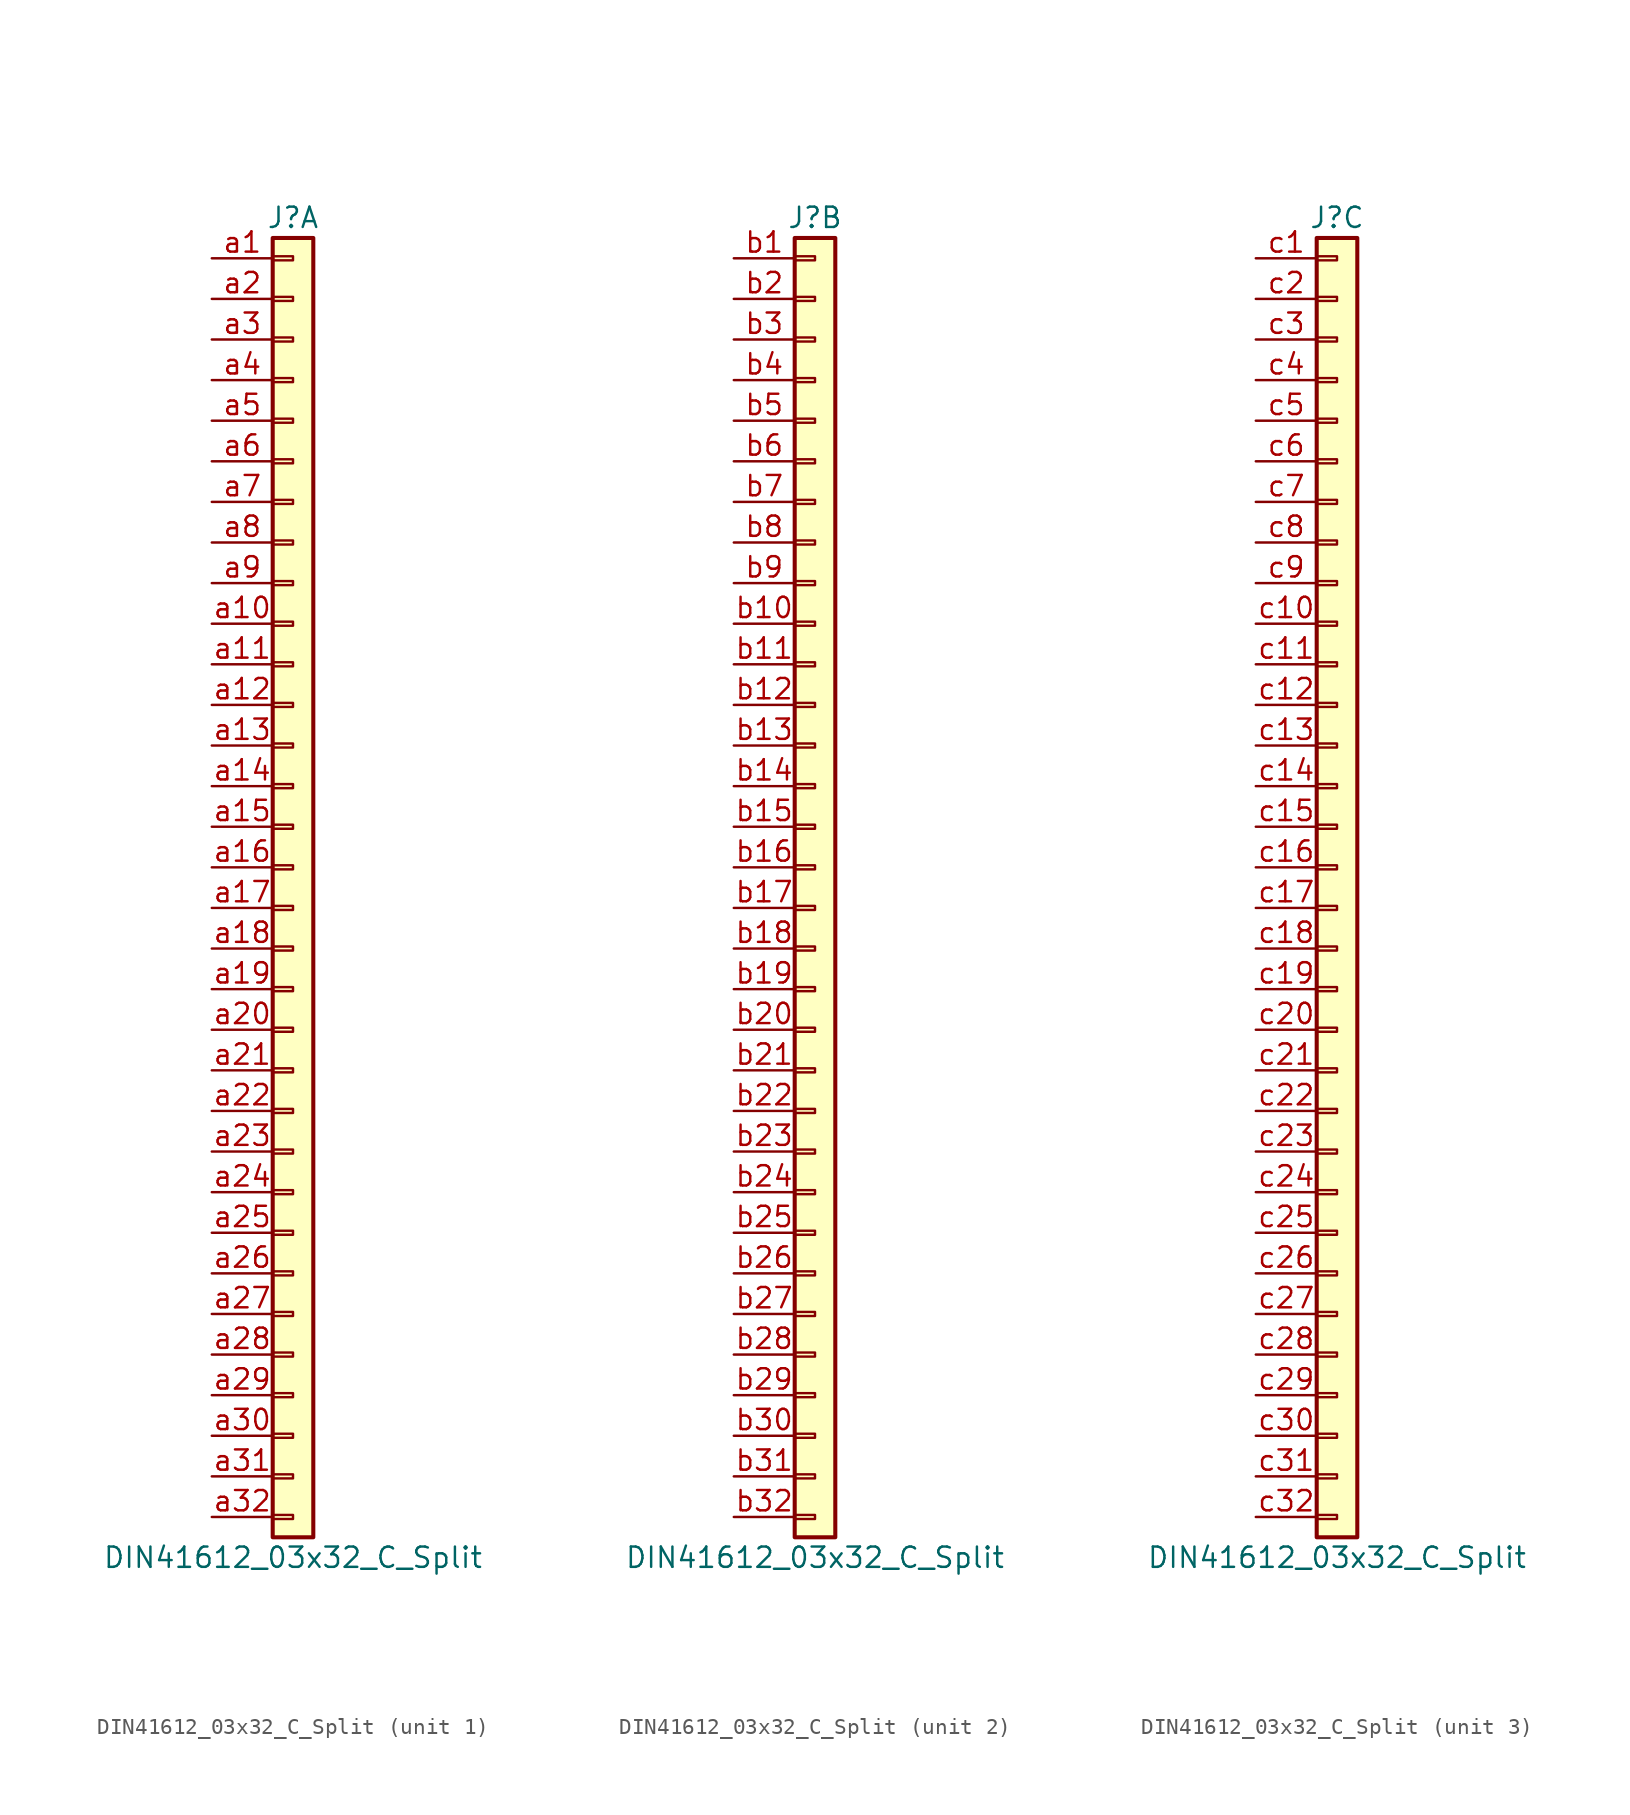
<source format=kicad_sym>
(kicad_symbol_lib
  (version 20241209)
  (generator "kicad_symbol_editor")
  (generator_version "9.0")
  (symbol "DIN41612_03x32_C_Split"
    (pin_names
      (offset 1.016)
      (hide yes))
    (property "Reference" "J"
      (at 0 40.64 0)
      (effects (font (size 1.27 1.27))))
    (property "Value" "DIN41612_03x32_C_Split"
      (at 0 -43.18 0)
      (effects (font (size 1.27 1.27))))
    (symbol "DIN41612_03x32_C_Split_1_1"
      (rectangle (start -1.27 39.37) (end 1.27 -41.91) (stroke (width 0.254) (type default)) (fill (type background)))
      (rectangle (start -1.27 38.227) (end 0 37.973) (stroke (width 0.152) (type default)) (fill (type none)))
      (rectangle (start -1.27 35.687) (end 0 35.433) (stroke (width 0.152) (type default)) (fill (type none)))
      (rectangle (start -1.27 33.147) (end 0 32.893) (stroke (width 0.152) (type default)) (fill (type none)))
      (rectangle (start -1.27 30.607) (end 0 30.353) (stroke (width 0.152) (type default)) (fill (type none)))
      (rectangle (start -1.27 28.067) (end 0 27.813) (stroke (width 0.152) (type default)) (fill (type none)))
      (rectangle (start -1.27 25.527) (end 0 25.273) (stroke (width 0.152) (type default)) (fill (type none)))
      (rectangle (start -1.27 22.987) (end 0 22.733) (stroke (width 0.152) (type default)) (fill (type none)))
      (rectangle (start -1.27 20.447) (end 0 20.193) (stroke (width 0.152) (type default)) (fill (type none)))
      (rectangle (start -1.27 17.907) (end 0 17.653) (stroke (width 0.152) (type default)) (fill (type none)))
      (rectangle (start -1.27 15.367) (end 0 15.113) (stroke (width 0.152) (type default)) (fill (type none)))
      (rectangle (start -1.27 12.827) (end 0 12.573) (stroke (width 0.152) (type default)) (fill (type none)))
      (rectangle (start -1.27 10.287) (end 0 10.033) (stroke (width 0.152) (type default)) (fill (type none)))
      (rectangle (start -1.27 7.747) (end 0 7.493) (stroke (width 0.152) (type default)) (fill (type none)))
      (rectangle (start -1.27 5.207) (end 0 4.953) (stroke (width 0.152) (type default)) (fill (type none)))
      (rectangle (start -1.27 2.667) (end 0 2.413) (stroke (width 0.152) (type default)) (fill (type none)))
      (rectangle (start -1.27 0.127) (end 0 -0.127) (stroke (width 0.152) (type default)) (fill (type none)))
      (rectangle (start -1.27 -2.413) (end 0 -2.667) (stroke (width 0.152) (type default)) (fill (type none)))
      (rectangle (start -1.27 -4.953) (end 0 -5.207) (stroke (width 0.152) (type default)) (fill (type none)))
      (rectangle (start -1.27 -7.493) (end 0 -7.747) (stroke (width 0.152) (type default)) (fill (type none)))
      (rectangle (start -1.27 -10.033) (end 0 -10.287) (stroke (width 0.152) (type default)) (fill (type none)))
      (rectangle (start -1.27 -12.573) (end 0 -12.827) (stroke (width 0.152) (type default)) (fill (type none)))
      (rectangle (start -1.27 -15.113) (end 0 -15.367) (stroke (width 0.152) (type default)) (fill (type none)))
      (rectangle (start -1.27 -17.653) (end 0 -17.907) (stroke (width 0.152) (type default)) (fill (type none)))
      (rectangle (start -1.27 -20.193) (end 0 -20.447) (stroke (width 0.152) (type default)) (fill (type none)))
      (rectangle (start -1.27 -22.733) (end 0 -22.987) (stroke (width 0.152) (type default)) (fill (type none)))
      (rectangle (start -1.27 -25.273) (end 0 -25.527) (stroke (width 0.152) (type default)) (fill (type none)))
      (rectangle (start -1.27 -27.813) (end 0 -28.067) (stroke (width 0.152) (type default)) (fill (type none)))
      (rectangle (start -1.27 -30.353) (end 0 -30.607) (stroke (width 0.152) (type default)) (fill (type none)))
      (rectangle (start -1.27 -32.893) (end 0 -33.147) (stroke (width 0.152) (type default)) (fill (type none)))
      (rectangle (start -1.27 -35.433) (end 0 -35.687) (stroke (width 0.152) (type default)) (fill (type none)))
      (rectangle (start -1.27 -37.973) (end 0 -38.227) (stroke (width 0.152) (type default)) (fill (type none)))
      (rectangle (start -1.27 -40.513) (end 0 -40.767) (stroke (width 0.152) (type default)) (fill (type none)))
      (pin passive line (at -5.08 38.1 0) (length 3.81) (name "Pin_a1" (effects (font (size 1.27 1.27)))) (number "a1" (effects (font (size 1.27 1.27)))))
      (pin passive line (at -5.08 35.56 0) (length 3.81) (name "Pin_a2" (effects (font (size 1.27 1.27)))) (number "a2" (effects (font (size 1.27 1.27)))))
      (pin passive line (at -5.08 33.02 0) (length 3.81) (name "Pin_a3" (effects (font (size 1.27 1.27)))) (number "a3" (effects (font (size 1.27 1.27)))))
      (pin passive line (at -5.08 30.48 0) (length 3.81) (name "Pin_a4" (effects (font (size 1.27 1.27)))) (number "a4" (effects (font (size 1.27 1.27)))))
      (pin passive line (at -5.08 27.94 0) (length 3.81) (name "Pin_a5" (effects (font (size 1.27 1.27)))) (number "a5" (effects (font (size 1.27 1.27)))))
      (pin passive line (at -5.08 25.4 0) (length 3.81) (name "Pin_a6" (effects (font (size 1.27 1.27)))) (number "a6" (effects (font (size 1.27 1.27)))))
      (pin passive line (at -5.08 22.86 0) (length 3.81) (name "Pin_a7" (effects (font (size 1.27 1.27)))) (number "a7" (effects (font (size 1.27 1.27)))))
      (pin passive line (at -5.08 20.32 0) (length 3.81) (name "Pin_a8" (effects (font (size 1.27 1.27)))) (number "a8" (effects (font (size 1.27 1.27)))))
      (pin passive line (at -5.08 17.78 0) (length 3.81) (name "Pin_a9" (effects (font (size 1.27 1.27)))) (number "a9" (effects (font (size 1.27 1.27)))))
      (pin passive line (at -5.08 15.24 0) (length 3.81) (name "Pin_a10" (effects (font (size 1.27 1.27)))) (number "a10" (effects (font (size 1.27 1.27)))))
      (pin passive line (at -5.08 12.7 0) (length 3.81) (name "Pin_a11" (effects (font (size 1.27 1.27)))) (number "a11" (effects (font (size 1.27 1.27)))))
      (pin passive line (at -5.08 10.16 0) (length 3.81) (name "Pin_a12" (effects (font (size 1.27 1.27)))) (number "a12" (effects (font (size 1.27 1.27)))))
      (pin passive line (at -5.08 7.62 0) (length 3.81) (name "Pin_a13" (effects (font (size 1.27 1.27)))) (number "a13" (effects (font (size 1.27 1.27)))))
      (pin passive line (at -5.08 5.08 0) (length 3.81) (name "Pin_a14" (effects (font (size 1.27 1.27)))) (number "a14" (effects (font (size 1.27 1.27)))))
      (pin passive line (at -5.08 2.54 0) (length 3.81) (name "Pin_a15" (effects (font (size 1.27 1.27)))) (number "a15" (effects (font (size 1.27 1.27)))))
      (pin passive line (at -5.08 0 0) (length 3.81) (name "Pin_a16" (effects (font (size 1.27 1.27)))) (number "a16" (effects (font (size 1.27 1.27)))))
      (pin passive line (at -5.08 -2.54 0) (length 3.81) (name "Pin_a17" (effects (font (size 1.27 1.27)))) (number "a17" (effects (font (size 1.27 1.27)))))
      (pin passive line (at -5.08 -5.08 0) (length 3.81) (name "Pin_a18" (effects (font (size 1.27 1.27)))) (number "a18" (effects (font (size 1.27 1.27)))))
      (pin passive line (at -5.08 -7.62 0) (length 3.81) (name "Pin_a19" (effects (font (size 1.27 1.27)))) (number "a19" (effects (font (size 1.27 1.27)))))
      (pin passive line (at -5.08 -10.16 0) (length 3.81) (name "Pin_a20" (effects (font (size 1.27 1.27)))) (number "a20" (effects (font (size 1.27 1.27)))))
      (pin passive line (at -5.08 -12.7 0) (length 3.81) (name "Pin_a21" (effects (font (size 1.27 1.27)))) (number "a21" (effects (font (size 1.27 1.27)))))
      (pin passive line (at -5.08 -15.24 0) (length 3.81) (name "Pin_a22" (effects (font (size 1.27 1.27)))) (number "a22" (effects (font (size 1.27 1.27)))))
      (pin passive line (at -5.08 -17.78 0) (length 3.81) (name "Pin_a23" (effects (font (size 1.27 1.27)))) (number "a23" (effects (font (size 1.27 1.27)))))
      (pin passive line (at -5.08 -20.32 0) (length 3.81) (name "Pin_a24" (effects (font (size 1.27 1.27)))) (number "a24" (effects (font (size 1.27 1.27)))))
      (pin passive line (at -5.08 -22.86 0) (length 3.81) (name "Pin_a25" (effects (font (size 1.27 1.27)))) (number "a25" (effects (font (size 1.27 1.27)))))
      (pin passive line (at -5.08 -25.4 0) (length 3.81) (name "Pin_a26" (effects (font (size 1.27 1.27)))) (number "a26" (effects (font (size 1.27 1.27)))))
      (pin passive line (at -5.08 -27.94 0) (length 3.81) (name "Pin_a27" (effects (font (size 1.27 1.27)))) (number "a27" (effects (font (size 1.27 1.27)))))
      (pin passive line (at -5.08 -30.48 0) (length 3.81) (name "Pin_a28" (effects (font (size 1.27 1.27)))) (number "a28" (effects (font (size 1.27 1.27)))))
      (pin passive line (at -5.08 -33.02 0) (length 3.81) (name "Pin_a29" (effects (font (size 1.27 1.27)))) (number "a29" (effects (font (size 1.27 1.27)))))
      (pin passive line (at -5.08 -35.56 0) (length 3.81) (name "Pin_a30" (effects (font (size 1.27 1.27)))) (number "a30" (effects (font (size 1.27 1.27)))))
      (pin passive line (at -5.08 -38.1 0) (length 3.81) (name "Pin_a31" (effects (font (size 1.27 1.27)))) (number "a31" (effects (font (size 1.27 1.27)))))
      (pin passive line (at -5.08 -40.64 0) (length 3.81) (name "Pin_a32" (effects (font (size 1.27 1.27)))) (number "a32" (effects (font (size 1.27 1.27))))))
    (symbol "DIN41612_03x32_C_Split_2_1"
      (rectangle (start -1.27 39.37) (end 1.27 -41.91) (stroke (width 0.254) (type default)) (fill (type background)))
      (rectangle (start -1.27 38.227) (end 0 37.973) (stroke (width 0.152) (type default)) (fill (type none)))
      (rectangle (start -1.27 35.687) (end 0 35.433) (stroke (width 0.152) (type default)) (fill (type none)))
      (rectangle (start -1.27 33.147) (end 0 32.893) (stroke (width 0.152) (type default)) (fill (type none)))
      (rectangle (start -1.27 30.607) (end 0 30.353) (stroke (width 0.152) (type default)) (fill (type none)))
      (rectangle (start -1.27 28.067) (end 0 27.813) (stroke (width 0.152) (type default)) (fill (type none)))
      (rectangle (start -1.27 25.527) (end 0 25.273) (stroke (width 0.152) (type default)) (fill (type none)))
      (rectangle (start -1.27 22.987) (end 0 22.733) (stroke (width 0.152) (type default)) (fill (type none)))
      (rectangle (start -1.27 20.447) (end 0 20.193) (stroke (width 0.152) (type default)) (fill (type none)))
      (rectangle (start -1.27 17.907) (end 0 17.653) (stroke (width 0.152) (type default)) (fill (type none)))
      (rectangle (start -1.27 15.367) (end 0 15.113) (stroke (width 0.152) (type default)) (fill (type none)))
      (rectangle (start -1.27 12.827) (end 0 12.573) (stroke (width 0.152) (type default)) (fill (type none)))
      (rectangle (start -1.27 10.287) (end 0 10.033) (stroke (width 0.152) (type default)) (fill (type none)))
      (rectangle (start -1.27 7.747) (end 0 7.493) (stroke (width 0.152) (type default)) (fill (type none)))
      (rectangle (start -1.27 5.207) (end 0 4.953) (stroke (width 0.152) (type default)) (fill (type none)))
      (rectangle (start -1.27 2.667) (end 0 2.413) (stroke (width 0.152) (type default)) (fill (type none)))
      (rectangle (start -1.27 0.127) (end 0 -0.127) (stroke (width 0.152) (type default)) (fill (type none)))
      (rectangle (start -1.27 -2.413) (end 0 -2.667) (stroke (width 0.152) (type default)) (fill (type none)))
      (rectangle (start -1.27 -4.953) (end 0 -5.207) (stroke (width 0.152) (type default)) (fill (type none)))
      (rectangle (start -1.27 -7.493) (end 0 -7.747) (stroke (width 0.152) (type default)) (fill (type none)))
      (rectangle (start -1.27 -10.033) (end 0 -10.287) (stroke (width 0.152) (type default)) (fill (type none)))
      (rectangle (start -1.27 -12.573) (end 0 -12.827) (stroke (width 0.152) (type default)) (fill (type none)))
      (rectangle (start -1.27 -15.113) (end 0 -15.367) (stroke (width 0.152) (type default)) (fill (type none)))
      (rectangle (start -1.27 -17.653) (end 0 -17.907) (stroke (width 0.152) (type default)) (fill (type none)))
      (rectangle (start -1.27 -20.193) (end 0 -20.447) (stroke (width 0.152) (type default)) (fill (type none)))
      (rectangle (start -1.27 -22.733) (end 0 -22.987) (stroke (width 0.152) (type default)) (fill (type none)))
      (rectangle (start -1.27 -25.273) (end 0 -25.527) (stroke (width 0.152) (type default)) (fill (type none)))
      (rectangle (start -1.27 -27.813) (end 0 -28.067) (stroke (width 0.152) (type default)) (fill (type none)))
      (rectangle (start -1.27 -30.353) (end 0 -30.607) (stroke (width 0.152) (type default)) (fill (type none)))
      (rectangle (start -1.27 -32.893) (end 0 -33.147) (stroke (width 0.152) (type default)) (fill (type none)))
      (rectangle (start -1.27 -35.433) (end 0 -35.687) (stroke (width 0.152) (type default)) (fill (type none)))
      (rectangle (start -1.27 -37.973) (end 0 -38.227) (stroke (width 0.152) (type default)) (fill (type none)))
      (rectangle (start -1.27 -40.513) (end 0 -40.767) (stroke (width 0.152) (type default)) (fill (type none)))
      (pin passive line (at -5.08 38.1 0) (length 3.81) (name "Pin_b1" (effects (font (size 1.27 1.27)))) (number "b1" (effects (font (size 1.27 1.27)))))
      (pin passive line (at -5.08 35.56 0) (length 3.81) (name "Pin_b2" (effects (font (size 1.27 1.27)))) (number "b2" (effects (font (size 1.27 1.27)))))
      (pin passive line (at -5.08 33.02 0) (length 3.81) (name "Pin_b3" (effects (font (size 1.27 1.27)))) (number "b3" (effects (font (size 1.27 1.27)))))
      (pin passive line (at -5.08 30.48 0) (length 3.81) (name "Pin_b4" (effects (font (size 1.27 1.27)))) (number "b4" (effects (font (size 1.27 1.27)))))
      (pin passive line (at -5.08 27.94 0) (length 3.81) (name "Pin_b5" (effects (font (size 1.27 1.27)))) (number "b5" (effects (font (size 1.27 1.27)))))
      (pin passive line (at -5.08 25.4 0) (length 3.81) (name "Pin_b6" (effects (font (size 1.27 1.27)))) (number "b6" (effects (font (size 1.27 1.27)))))
      (pin passive line (at -5.08 22.86 0) (length 3.81) (name "Pin_b7" (effects (font (size 1.27 1.27)))) (number "b7" (effects (font (size 1.27 1.27)))))
      (pin passive line (at -5.08 20.32 0) (length 3.81) (name "Pin_b8" (effects (font (size 1.27 1.27)))) (number "b8" (effects (font (size 1.27 1.27)))))
      (pin passive line (at -5.08 17.78 0) (length 3.81) (name "Pin_b9" (effects (font (size 1.27 1.27)))) (number "b9" (effects (font (size 1.27 1.27)))))
      (pin passive line (at -5.08 15.24 0) (length 3.81) (name "Pin_b10" (effects (font (size 1.27 1.27)))) (number "b10" (effects (font (size 1.27 1.27)))))
      (pin passive line (at -5.08 12.7 0) (length 3.81) (name "Pin_b11" (effects (font (size 1.27 1.27)))) (number "b11" (effects (font (size 1.27 1.27)))))
      (pin passive line (at -5.08 10.16 0) (length 3.81) (name "Pin_b12" (effects (font (size 1.27 1.27)))) (number "b12" (effects (font (size 1.27 1.27)))))
      (pin passive line (at -5.08 7.62 0) (length 3.81) (name "Pin_b13" (effects (font (size 1.27 1.27)))) (number "b13" (effects (font (size 1.27 1.27)))))
      (pin passive line (at -5.08 5.08 0) (length 3.81) (name "Pin_b14" (effects (font (size 1.27 1.27)))) (number "b14" (effects (font (size 1.27 1.27)))))
      (pin passive line (at -5.08 2.54 0) (length 3.81) (name "Pin_b15" (effects (font (size 1.27 1.27)))) (number "b15" (effects (font (size 1.27 1.27)))))
      (pin passive line (at -5.08 0 0) (length 3.81) (name "Pin_b16" (effects (font (size 1.27 1.27)))) (number "b16" (effects (font (size 1.27 1.27)))))
      (pin passive line (at -5.08 -2.54 0) (length 3.81) (name "Pin_b17" (effects (font (size 1.27 1.27)))) (number "b17" (effects (font (size 1.27 1.27)))))
      (pin passive line (at -5.08 -5.08 0) (length 3.81) (name "Pin_b18" (effects (font (size 1.27 1.27)))) (number "b18" (effects (font (size 1.27 1.27)))))
      (pin passive line (at -5.08 -7.62 0) (length 3.81) (name "Pin_b19" (effects (font (size 1.27 1.27)))) (number "b19" (effects (font (size 1.27 1.27)))))
      (pin passive line (at -5.08 -10.16 0) (length 3.81) (name "Pin_b20" (effects (font (size 1.27 1.27)))) (number "b20" (effects (font (size 1.27 1.27)))))
      (pin passive line (at -5.08 -12.7 0) (length 3.81) (name "Pin_b21" (effects (font (size 1.27 1.27)))) (number "b21" (effects (font (size 1.27 1.27)))))
      (pin passive line (at -5.08 -15.24 0) (length 3.81) (name "Pin_b22" (effects (font (size 1.27 1.27)))) (number "b22" (effects (font (size 1.27 1.27)))))
      (pin passive line (at -5.08 -17.78 0) (length 3.81) (name "Pin_b23" (effects (font (size 1.27 1.27)))) (number "b23" (effects (font (size 1.27 1.27)))))
      (pin passive line (at -5.08 -20.32 0) (length 3.81) (name "Pin_b24" (effects (font (size 1.27 1.27)))) (number "b24" (effects (font (size 1.27 1.27)))))
      (pin passive line (at -5.08 -22.86 0) (length 3.81) (name "Pin_b25" (effects (font (size 1.27 1.27)))) (number "b25" (effects (font (size 1.27 1.27)))))
      (pin passive line (at -5.08 -25.4 0) (length 3.81) (name "Pin_b26" (effects (font (size 1.27 1.27)))) (number "b26" (effects (font (size 1.27 1.27)))))
      (pin passive line (at -5.08 -27.94 0) (length 3.81) (name "Pin_b27" (effects (font (size 1.27 1.27)))) (number "b27" (effects (font (size 1.27 1.27)))))
      (pin passive line (at -5.08 -30.48 0) (length 3.81) (name "Pin_b28" (effects (font (size 1.27 1.27)))) (number "b28" (effects (font (size 1.27 1.27)))))
      (pin passive line (at -5.08 -33.02 0) (length 3.81) (name "Pin_b29" (effects (font (size 1.27 1.27)))) (number "b29" (effects (font (size 1.27 1.27)))))
      (pin passive line (at -5.08 -35.56 0) (length 3.81) (name "Pin_b30" (effects (font (size 1.27 1.27)))) (number "b30" (effects (font (size 1.27 1.27)))))
      (pin passive line (at -5.08 -38.1 0) (length 3.81) (name "Pin_b31" (effects (font (size 1.27 1.27)))) (number "b31" (effects (font (size 1.27 1.27)))))
      (pin passive line (at -5.08 -40.64 0) (length 3.81) (name "Pin_b32" (effects (font (size 1.27 1.27)))) (number "b32" (effects (font (size 1.27 1.27))))))
    (symbol "DIN41612_03x32_C_Split_3_1"
      (rectangle (start -1.27 39.37) (end 1.27 -41.91) (stroke (width 0.254) (type default)) (fill (type background)))
      (rectangle (start -1.27 38.227) (end 0 37.973) (stroke (width 0.152) (type default)) (fill (type none)))
      (rectangle (start -1.27 35.687) (end 0 35.433) (stroke (width 0.152) (type default)) (fill (type none)))
      (rectangle (start -1.27 33.147) (end 0 32.893) (stroke (width 0.152) (type default)) (fill (type none)))
      (rectangle (start -1.27 30.607) (end 0 30.353) (stroke (width 0.152) (type default)) (fill (type none)))
      (rectangle (start -1.27 28.067) (end 0 27.813) (stroke (width 0.152) (type default)) (fill (type none)))
      (rectangle (start -1.27 25.527) (end 0 25.273) (stroke (width 0.152) (type default)) (fill (type none)))
      (rectangle (start -1.27 22.987) (end 0 22.733) (stroke (width 0.152) (type default)) (fill (type none)))
      (rectangle (start -1.27 20.447) (end 0 20.193) (stroke (width 0.152) (type default)) (fill (type none)))
      (rectangle (start -1.27 17.907) (end 0 17.653) (stroke (width 0.152) (type default)) (fill (type none)))
      (rectangle (start -1.27 15.367) (end 0 15.113) (stroke (width 0.152) (type default)) (fill (type none)))
      (rectangle (start -1.27 12.827) (end 0 12.573) (stroke (width 0.152) (type default)) (fill (type none)))
      (rectangle (start -1.27 10.287) (end 0 10.033) (stroke (width 0.152) (type default)) (fill (type none)))
      (rectangle (start -1.27 7.747) (end 0 7.493) (stroke (width 0.152) (type default)) (fill (type none)))
      (rectangle (start -1.27 5.207) (end 0 4.953) (stroke (width 0.152) (type default)) (fill (type none)))
      (rectangle (start -1.27 2.667) (end 0 2.413) (stroke (width 0.152) (type default)) (fill (type none)))
      (rectangle (start -1.27 0.127) (end 0 -0.127) (stroke (width 0.152) (type default)) (fill (type none)))
      (rectangle (start -1.27 -2.413) (end 0 -2.667) (stroke (width 0.152) (type default)) (fill (type none)))
      (rectangle (start -1.27 -4.953) (end 0 -5.207) (stroke (width 0.152) (type default)) (fill (type none)))
      (rectangle (start -1.27 -7.493) (end 0 -7.747) (stroke (width 0.152) (type default)) (fill (type none)))
      (rectangle (start -1.27 -10.033) (end 0 -10.287) (stroke (width 0.152) (type default)) (fill (type none)))
      (rectangle (start -1.27 -12.573) (end 0 -12.827) (stroke (width 0.152) (type default)) (fill (type none)))
      (rectangle (start -1.27 -15.113) (end 0 -15.367) (stroke (width 0.152) (type default)) (fill (type none)))
      (rectangle (start -1.27 -17.653) (end 0 -17.907) (stroke (width 0.152) (type default)) (fill (type none)))
      (rectangle (start -1.27 -20.193) (end 0 -20.447) (stroke (width 0.152) (type default)) (fill (type none)))
      (rectangle (start -1.27 -22.733) (end 0 -22.987) (stroke (width 0.152) (type default)) (fill (type none)))
      (rectangle (start -1.27 -25.273) (end 0 -25.527) (stroke (width 0.152) (type default)) (fill (type none)))
      (rectangle (start -1.27 -27.813) (end 0 -28.067) (stroke (width 0.152) (type default)) (fill (type none)))
      (rectangle (start -1.27 -30.353) (end 0 -30.607) (stroke (width 0.152) (type default)) (fill (type none)))
      (rectangle (start -1.27 -32.893) (end 0 -33.147) (stroke (width 0.152) (type default)) (fill (type none)))
      (rectangle (start -1.27 -35.433) (end 0 -35.687) (stroke (width 0.152) (type default)) (fill (type none)))
      (rectangle (start -1.27 -37.973) (end 0 -38.227) (stroke (width 0.152) (type default)) (fill (type none)))
      (rectangle (start -1.27 -40.513) (end 0 -40.767) (stroke (width 0.152) (type default)) (fill (type none)))
      (pin passive line (at -5.08 38.1 0) (length 3.81) (name "Pin_c1" (effects (font (size 1.27 1.27)))) (number "c1" (effects (font (size 1.27 1.27)))))
      (pin passive line (at -5.08 35.56 0) (length 3.81) (name "Pin_c2" (effects (font (size 1.27 1.27)))) (number "c2" (effects (font (size 1.27 1.27)))))
      (pin passive line (at -5.08 33.02 0) (length 3.81) (name "Pin_c3" (effects (font (size 1.27 1.27)))) (number "c3" (effects (font (size 1.27 1.27)))))
      (pin passive line (at -5.08 30.48 0) (length 3.81) (name "Pin_c4" (effects (font (size 1.27 1.27)))) (number "c4" (effects (font (size 1.27 1.27)))))
      (pin passive line (at -5.08 27.94 0) (length 3.81) (name "Pin_c5" (effects (font (size 1.27 1.27)))) (number "c5" (effects (font (size 1.27 1.27)))))
      (pin passive line (at -5.08 25.4 0) (length 3.81) (name "Pin_c6" (effects (font (size 1.27 1.27)))) (number "c6" (effects (font (size 1.27 1.27)))))
      (pin passive line (at -5.08 22.86 0) (length 3.81) (name "Pin_c7" (effects (font (size 1.27 1.27)))) (number "c7" (effects (font (size 1.27 1.27)))))
      (pin passive line (at -5.08 20.32 0) (length 3.81) (name "Pin_c8" (effects (font (size 1.27 1.27)))) (number "c8" (effects (font (size 1.27 1.27)))))
      (pin passive line (at -5.08 17.78 0) (length 3.81) (name "Pin_c9" (effects (font (size 1.27 1.27)))) (number "c9" (effects (font (size 1.27 1.27)))))
      (pin passive line (at -5.08 15.24 0) (length 3.81) (name "Pin_c10" (effects (font (size 1.27 1.27)))) (number "c10" (effects (font (size 1.27 1.27)))))
      (pin passive line (at -5.08 12.7 0) (length 3.81) (name "Pin_c11" (effects (font (size 1.27 1.27)))) (number "c11" (effects (font (size 1.27 1.27)))))
      (pin passive line (at -5.08 10.16 0) (length 3.81) (name "Pin_c12" (effects (font (size 1.27 1.27)))) (number "c12" (effects (font (size 1.27 1.27)))))
      (pin passive line (at -5.08 7.62 0) (length 3.81) (name "Pin_c13" (effects (font (size 1.27 1.27)))) (number "c13" (effects (font (size 1.27 1.27)))))
      (pin passive line (at -5.08 5.08 0) (length 3.81) (name "Pin_c14" (effects (font (size 1.27 1.27)))) (number "c14" (effects (font (size 1.27 1.27)))))
      (pin passive line (at -5.08 2.54 0) (length 3.81) (name "Pin_c15" (effects (font (size 1.27 1.27)))) (number "c15" (effects (font (size 1.27 1.27)))))
      (pin passive line (at -5.08 0 0) (length 3.81) (name "Pin_c16" (effects (font (size 1.27 1.27)))) (number "c16" (effects (font (size 1.27 1.27)))))
      (pin passive line (at -5.08 -2.54 0) (length 3.81) (name "Pin_c17" (effects (font (size 1.27 1.27)))) (number "c17" (effects (font (size 1.27 1.27)))))
      (pin passive line (at -5.08 -5.08 0) (length 3.81) (name "Pin_c18" (effects (font (size 1.27 1.27)))) (number "c18" (effects (font (size 1.27 1.27)))))
      (pin passive line (at -5.08 -7.62 0) (length 3.81) (name "Pin_c19" (effects (font (size 1.27 1.27)))) (number "c19" (effects (font (size 1.27 1.27)))))
      (pin passive line (at -5.08 -10.16 0) (length 3.81) (name "Pin_c20" (effects (font (size 1.27 1.27)))) (number "c20" (effects (font (size 1.27 1.27)))))
      (pin passive line (at -5.08 -12.7 0) (length 3.81) (name "Pin_c21" (effects (font (size 1.27 1.27)))) (number "c21" (effects (font (size 1.27 1.27)))))
      (pin passive line (at -5.08 -15.24 0) (length 3.81) (name "Pin_c22" (effects (font (size 1.27 1.27)))) (number "c22" (effects (font (size 1.27 1.27)))))
      (pin passive line (at -5.08 -17.78 0) (length 3.81) (name "Pin_c23" (effects (font (size 1.27 1.27)))) (number "c23" (effects (font (size 1.27 1.27)))))
      (pin passive line (at -5.08 -20.32 0) (length 3.81) (name "Pin_c24" (effects (font (size 1.27 1.27)))) (number "c24" (effects (font (size 1.27 1.27)))))
      (pin passive line (at -5.08 -22.86 0) (length 3.81) (name "Pin_c25" (effects (font (size 1.27 1.27)))) (number "c25" (effects (font (size 1.27 1.27)))))
      (pin passive line (at -5.08 -25.4 0) (length 3.81) (name "Pin_c26" (effects (font (size 1.27 1.27)))) (number "c26" (effects (font (size 1.27 1.27)))))
      (pin passive line (at -5.08 -27.94 0) (length 3.81) (name "Pin_c27" (effects (font (size 1.27 1.27)))) (number "c27" (effects (font (size 1.27 1.27)))))
      (pin passive line (at -5.08 -30.48 0) (length 3.81) (name "Pin_c28" (effects (font (size 1.27 1.27)))) (number "c28" (effects (font (size 1.27 1.27)))))
      (pin passive line (at -5.08 -33.02 0) (length 3.81) (name "Pin_c29" (effects (font (size 1.27 1.27)))) (number "c29" (effects (font (size 1.27 1.27)))))
      (pin passive line (at -5.08 -35.56 0) (length 3.81) (name "Pin_c30" (effects (font (size 1.27 1.27)))) (number "c30" (effects (font (size 1.27 1.27)))))
      (pin passive line (at -5.08 -38.1 0) (length 3.81) (name "Pin_c31" (effects (font (size 1.27 1.27)))) (number "c31" (effects (font (size 1.27 1.27)))))
      (pin passive line (at -5.08 -40.64 0) (length 3.81) (name "Pin_c32" (effects (font (size 1.27 1.27)))) (number "c32" (effects (font (size 1.27 1.27))))))))
</source>
